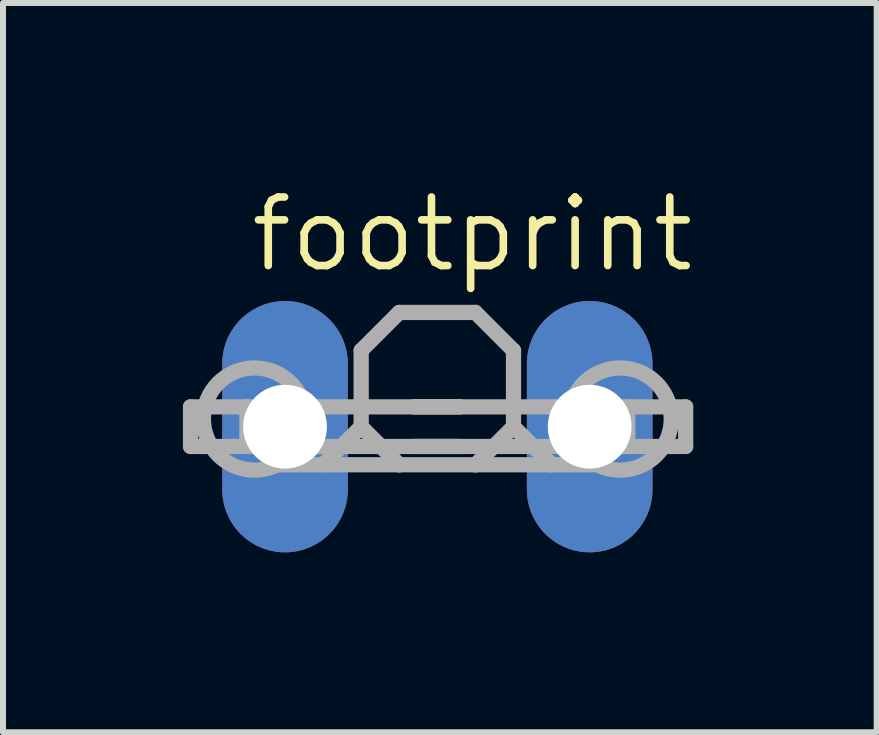
<source format=kicad_pcb>
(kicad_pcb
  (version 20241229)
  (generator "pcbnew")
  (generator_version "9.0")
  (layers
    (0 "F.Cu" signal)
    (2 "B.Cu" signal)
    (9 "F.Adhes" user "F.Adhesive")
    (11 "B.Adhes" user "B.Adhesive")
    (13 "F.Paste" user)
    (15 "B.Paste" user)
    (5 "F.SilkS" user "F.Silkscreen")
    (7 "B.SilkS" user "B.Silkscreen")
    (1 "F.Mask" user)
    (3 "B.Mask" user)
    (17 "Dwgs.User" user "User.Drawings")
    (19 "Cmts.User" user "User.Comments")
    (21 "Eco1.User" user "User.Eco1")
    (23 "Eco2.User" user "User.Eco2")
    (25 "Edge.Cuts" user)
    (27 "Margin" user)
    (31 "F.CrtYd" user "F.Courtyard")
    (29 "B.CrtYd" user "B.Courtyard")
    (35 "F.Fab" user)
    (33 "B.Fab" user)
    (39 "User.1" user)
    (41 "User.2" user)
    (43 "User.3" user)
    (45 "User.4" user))
  (footprint "footprint"
    (layer "F.Cu")
    (at 4.242 4.064)
    (property "Reference" "footprint" (at -3.175 -2.54 0) (layer "F.SilkS") (effects (font (size 1.143 1.143) (thickness 0.127)) (justify left bottom)))
    (fp_line (start -0.381 -0.33) (end 0.381 -0.33) (stroke (width 0.254) (type solid)) (layer "F.SilkS"))
    (fp_line (start -0.381 0.33) (end 0.381 0.33) (stroke (width 0.254) (type solid)) (layer "F.SilkS"))
    (fp_line (start -4.115 -0.33) (end -4.115 0.33) (stroke (width 0.254) (type solid)) (layer "F.Fab"))
    (fp_line (start -4.115 0.33) (end -3.175 0.33) (stroke (width 0.254) (type solid)) (layer "F.Fab"))
    (fp_line (start -3.175 -0.33) (end -4.115 -0.33) (stroke (width 0.254) (type solid)) (layer "F.Fab"))
    (fp_line (start -3.175 -0.33) (end -3.175 0.33) (stroke (width 0.254) (type solid)) (layer "F.Fab"))
    (fp_line (start -3.175 0.33) (end 3.175 0.33) (stroke (width 0.254) (type solid)) (layer "F.Fab"))
    (fp_line (start -2.667 0.635) (end -1.905 0.635) (stroke (width 0.254) (type solid)) (layer "F.Fab"))
    (fp_line (start -1.905 0.635) (end -0.635 0.635) (stroke (width 0.254) (type solid)) (layer "F.Fab"))
    (fp_line (start -1.27 -1.27) (end -1.27 0) (stroke (width 0.254) (type solid)) (layer "F.Fab"))
    (fp_line (start -1.27 -1.27) (end -0.635 -1.905) (stroke (width 0.254) (type solid)) (layer "F.Fab"))
    (fp_line (start -1.27 0) (end -1.905 0.635) (stroke (width 0.254) (type solid)) (layer "F.Fab"))
    (fp_line (start -0.635 -1.905) (end 0.635 -1.905) (stroke (width 0.254) (type solid)) (layer "F.Fab"))
    (fp_line (start -0.635 0.635) (end -1.27 0) (stroke (width 0.254) (type solid)) (layer "F.Fab"))
    (fp_line (start -0.635 0.635) (end 0.635 0.635) (stroke (width 0.254) (type solid)) (layer "F.Fab"))
    (fp_line (start 0.635 0.635) (end 1.27 0) (stroke (width 0.254) (type solid)) (layer "F.Fab"))
    (fp_line (start 0.635 0.635) (end 1.905 0.635) (stroke (width 0.254) (type solid)) (layer "F.Fab"))
    (fp_line (start 1.27 -1.27) (end 0.635 -1.905) (stroke (width 0.254) (type solid)) (layer "F.Fab"))
    (fp_line (start 1.27 -1.27) (end 1.27 0) (stroke (width 0.254) (type solid)) (layer "F.Fab"))
    (fp_line (start 1.27 0) (end 1.905 0.635) (stroke (width 0.254) (type solid)) (layer "F.Fab"))
    (fp_line (start 1.905 0.635) (end 2.616 0.635) (stroke (width 0.254) (type solid)) (layer "F.Fab"))
    (fp_line (start 3.175 -0.33) (end -3.175 -0.33) (stroke (width 0.254) (type solid)) (layer "F.Fab"))
    (fp_line (start 3.175 -0.33) (end 4.14 -0.33) (stroke (width 0.254) (type solid)) (layer "F.Fab"))
    (fp_line (start 3.175 0.33) (end 3.175 -0.33) (stroke (width 0.254) (type solid)) (layer "F.Fab"))
    (fp_line (start 4.14 -0.33) (end 4.14 0.33) (stroke (width 0.254) (type solid)) (layer "F.Fab"))
    (fp_line (start 4.14 0.33) (end 3.175 0.33) (stroke (width 0.254) (type solid)) (layer "F.Fab"))
    (fp_arc (start -2.667 0.635) (mid -3.863467 -0.374061) (end -2.3082 -0.5498) (stroke (width 0.254) (type solid)) (layer "F.Fab"))
    (fp_arc (start 2.286 -0.508) (mid 3.871426 -0.345604) (end 2.5754 0.5819) (stroke (width 0.254) (type solid)) (layer "F.Fab"))
    (pad "1" thru_hole oval (at -2.54 0 90) (size 4.191 2.095) (drill 1.397) (layers "*.Cu" "*.Mask"))
    (pad "2" thru_hole oval (at 2.54 0 90) (size 4.191 2.095) (drill 1.397) (layers "*.Cu" "*.Mask")))
  (gr_rect
    (start -3 -3)
    (end 11.567 9.159)
    (stroke (width 0.1) (type default))
    (fill no)
    (layer "Edge.Cuts")))
</source>
